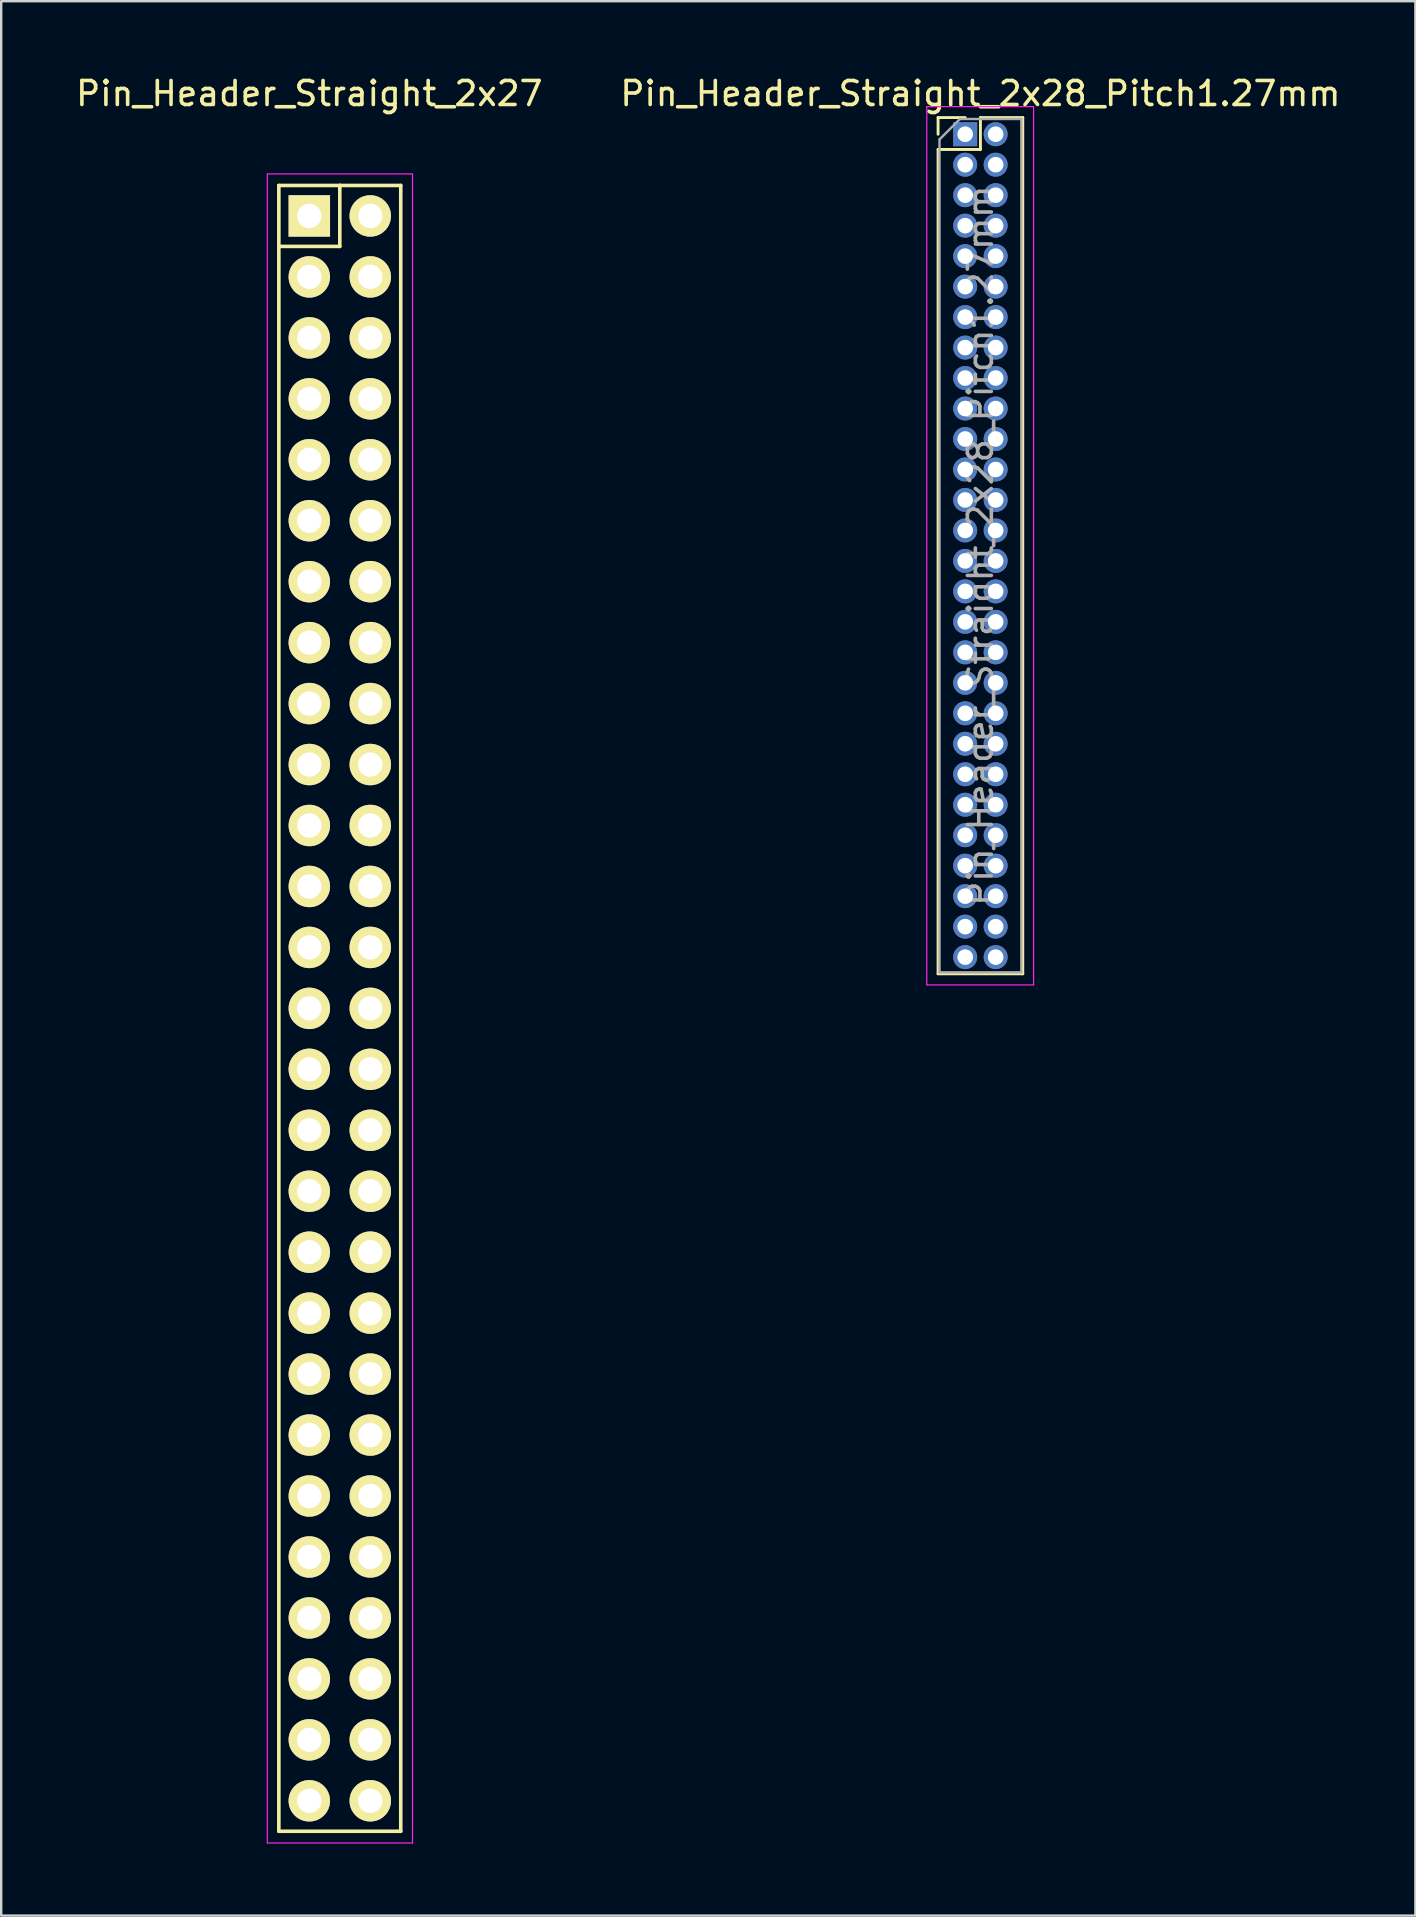
<source format=kicad_pcb>
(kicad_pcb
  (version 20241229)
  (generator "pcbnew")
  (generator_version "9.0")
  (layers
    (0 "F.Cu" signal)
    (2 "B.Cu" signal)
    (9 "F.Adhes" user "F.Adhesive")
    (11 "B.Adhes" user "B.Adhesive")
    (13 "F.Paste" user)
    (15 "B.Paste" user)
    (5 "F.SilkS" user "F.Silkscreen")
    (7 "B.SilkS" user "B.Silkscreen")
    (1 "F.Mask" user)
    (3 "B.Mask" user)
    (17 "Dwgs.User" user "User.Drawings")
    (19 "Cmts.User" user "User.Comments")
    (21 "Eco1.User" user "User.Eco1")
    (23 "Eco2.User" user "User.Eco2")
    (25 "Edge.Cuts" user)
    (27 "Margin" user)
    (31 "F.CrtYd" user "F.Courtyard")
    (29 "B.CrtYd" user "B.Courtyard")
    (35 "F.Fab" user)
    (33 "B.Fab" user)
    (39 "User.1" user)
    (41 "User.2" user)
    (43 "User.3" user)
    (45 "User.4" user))
  (footprint "Pin_Header_Straight_2x27"
    (layer "F.Cu")
    (at 9.839 5.948)
    (property "Reference" "Pin_Header_Straight_2x27" (at 0 -5.1 0) (layer "F.SilkS") (effects (font (size 1 1) (thickness 0.15))))
    (attr through_hole)
    (fp_line (start -1.27 -1.27) (end -1.27 1.27) (stroke (width 0.15) (type solid)) (layer "F.SilkS"))
    (fp_line (start -1.27 -1.27) (end 1.27 -1.27) (stroke (width 0.15) (type solid)) (layer "F.SilkS"))
    (fp_line (start -1.27 1.27) (end -1.27 67.31) (stroke (width 0.15) (type solid)) (layer "F.SilkS"))
    (fp_line (start 1.27 -1.27) (end 1.27 1.27) (stroke (width 0.15) (type solid)) (layer "F.SilkS"))
    (fp_line (start 1.27 1.27) (end -1.27 1.27) (stroke (width 0.15) (type solid)) (layer "F.SilkS"))
    (fp_line (start 3.81 -1.27) (end 1.27 -1.27) (stroke (width 0.15) (type solid)) (layer "F.SilkS"))
    (fp_line (start 3.81 67.31) (end -1.27 67.31) (stroke (width 0.15) (type solid)) (layer "F.SilkS"))
    (fp_line (start 3.81 67.31) (end 3.81 -1.27) (stroke (width 0.15) (type solid)) (layer "F.SilkS"))
    (fp_line (start -1.75 -1.75) (end -1.75 67.8) (stroke (width 0.05) (type solid)) (layer "F.CrtYd"))
    (fp_line (start -1.75 -1.75) (end 4.3 -1.75) (stroke (width 0.05) (type solid)) (layer "F.CrtYd"))
    (fp_line (start -1.75 67.8) (end 4.3 67.8) (stroke (width 0.05) (type solid)) (layer "F.CrtYd"))
    (fp_line (start 4.3 -1.75) (end 4.3 67.8) (stroke (width 0.05) (type solid)) (layer "F.CrtYd"))
    (pad "1" thru_hole rect (at 0 0) (size 1.727 1.727) (drill 1.016) (layers "*.Cu" "*.Mask" "F.SilkS"))
    (pad "2" thru_hole oval (at 2.54 0) (size 1.727 1.727) (drill 1.016) (layers "*.Cu" "*.Mask" "F.SilkS"))
    (pad "3" thru_hole oval (at 0 2.54) (size 1.727 1.727) (drill 1.016) (layers "*.Cu" "*.Mask" "F.SilkS"))
    (pad "4" thru_hole oval (at 2.54 2.54) (size 1.727 1.727) (drill 1.016) (layers "*.Cu" "*.Mask" "F.SilkS"))
    (pad "5" thru_hole oval (at 0 5.08) (size 1.727 1.727) (drill 1.016) (layers "*.Cu" "*.Mask" "F.SilkS"))
    (pad "6" thru_hole oval (at 2.54 5.08) (size 1.727 1.727) (drill 1.016) (layers "*.Cu" "*.Mask" "F.SilkS"))
    (pad "7" thru_hole oval (at 0 7.62) (size 1.727 1.727) (drill 1.016) (layers "*.Cu" "*.Mask" "F.SilkS"))
    (pad "8" thru_hole oval (at 2.54 7.62) (size 1.727 1.727) (drill 1.016) (layers "*.Cu" "*.Mask" "F.SilkS"))
    (pad "9" thru_hole oval (at 0 10.16) (size 1.727 1.727) (drill 1.016) (layers "*.Cu" "*.Mask" "F.SilkS"))
    (pad "10" thru_hole oval (at 2.54 10.16) (size 1.727 1.727) (drill 1.016) (layers "*.Cu" "*.Mask" "F.SilkS"))
    (pad "11" thru_hole oval (at 0 12.7) (size 1.727 1.727) (drill 1.016) (layers "*.Cu" "*.Mask" "F.SilkS"))
    (pad "12" thru_hole oval (at 2.54 12.7) (size 1.727 1.727) (drill 1.016) (layers "*.Cu" "*.Mask" "F.SilkS"))
    (pad "13" thru_hole oval (at 0 15.24) (size 1.727 1.727) (drill 1.016) (layers "*.Cu" "*.Mask" "F.SilkS"))
    (pad "14" thru_hole oval (at 2.54 15.24) (size 1.727 1.727) (drill 1.016) (layers "*.Cu" "*.Mask" "F.SilkS"))
    (pad "15" thru_hole oval (at 0 17.78) (size 1.727 1.727) (drill 1.016) (layers "*.Cu" "*.Mask" "F.SilkS"))
    (pad "16" thru_hole oval (at 2.54 17.78) (size 1.727 1.727) (drill 1.016) (layers "*.Cu" "*.Mask" "F.SilkS"))
    (pad "17" thru_hole oval (at 0 20.32) (size 1.727 1.727) (drill 1.016) (layers "*.Cu" "*.Mask" "F.SilkS"))
    (pad "18" thru_hole oval (at 2.54 20.32) (size 1.727 1.727) (drill 1.016) (layers "*.Cu" "*.Mask" "F.SilkS"))
    (pad "19" thru_hole oval (at 0 22.86) (size 1.727 1.727) (drill 1.016) (layers "*.Cu" "*.Mask" "F.SilkS"))
    (pad "20" thru_hole oval (at 2.54 22.86) (size 1.727 1.727) (drill 1.016) (layers "*.Cu" "*.Mask" "F.SilkS"))
    (pad "21" thru_hole oval (at 0 25.4) (size 1.727 1.727) (drill 1.016) (layers "*.Cu" "*.Mask" "F.SilkS"))
    (pad "22" thru_hole oval (at 2.54 25.4) (size 1.727 1.727) (drill 1.016) (layers "*.Cu" "*.Mask" "F.SilkS"))
    (pad "23" thru_hole oval (at 0 27.94) (size 1.727 1.727) (drill 1.016) (layers "*.Cu" "*.Mask" "F.SilkS"))
    (pad "24" thru_hole oval (at 2.54 27.94) (size 1.727 1.727) (drill 1.016) (layers "*.Cu" "*.Mask" "F.SilkS"))
    (pad "25" thru_hole oval (at 0 30.48) (size 1.727 1.727) (drill 1.016) (layers "*.Cu" "*.Mask" "F.SilkS"))
    (pad "26" thru_hole oval (at 2.54 30.48) (size 1.727 1.727) (drill 1.016) (layers "*.Cu" "*.Mask" "F.SilkS"))
    (pad "27" thru_hole oval (at 0 33.02) (size 1.727 1.727) (drill 1.016) (layers "*.Cu" "*.Mask" "F.SilkS"))
    (pad "28" thru_hole oval (at 2.54 33.02) (size 1.727 1.727) (drill 1.016) (layers "*.Cu" "*.Mask" "F.SilkS"))
    (pad "29" thru_hole oval (at 0 35.56) (size 1.727 1.727) (drill 1.016) (layers "*.Cu" "*.Mask" "F.SilkS"))
    (pad "30" thru_hole oval (at 2.54 35.56) (size 1.727 1.727) (drill 1.016) (layers "*.Cu" "*.Mask" "F.SilkS"))
    (pad "31" thru_hole oval (at 0 38.1) (size 1.727 1.727) (drill 1.016) (layers "*.Cu" "*.Mask" "F.SilkS"))
    (pad "32" thru_hole oval (at 2.54 38.1) (size 1.727 1.727) (drill 1.016) (layers "*.Cu" "*.Mask" "F.SilkS"))
    (pad "33" thru_hole oval (at 0 40.64) (size 1.727 1.727) (drill 1.016) (layers "*.Cu" "*.Mask" "F.SilkS"))
    (pad "34" thru_hole oval (at 2.54 40.64) (size 1.727 1.727) (drill 1.016) (layers "*.Cu" "*.Mask" "F.SilkS"))
    (pad "35" thru_hole oval (at 0 43.18) (size 1.727 1.727) (drill 1.016) (layers "*.Cu" "*.Mask" "F.SilkS"))
    (pad "36" thru_hole oval (at 2.54 43.18) (size 1.727 1.727) (drill 1.016) (layers "*.Cu" "*.Mask" "F.SilkS"))
    (pad "37" thru_hole oval (at 0 45.72) (size 1.727 1.727) (drill 1.016) (layers "*.Cu" "*.Mask" "F.SilkS"))
    (pad "38" thru_hole oval (at 2.54 45.72) (size 1.727 1.727) (drill 1.016) (layers "*.Cu" "*.Mask" "F.SilkS"))
    (pad "39" thru_hole oval (at 0 48.26) (size 1.727 1.727) (drill 1.016) (layers "*.Cu" "*.Mask" "F.SilkS"))
    (pad "40" thru_hole oval (at 2.54 48.26) (size 1.727 1.727) (drill 1.016) (layers "*.Cu" "*.Mask" "F.SilkS"))
    (pad "41" thru_hole oval (at 0 50.8) (size 1.727 1.727) (drill 1.016) (layers "*.Cu" "*.Mask" "F.SilkS"))
    (pad "42" thru_hole oval (at 2.54 50.8) (size 1.727 1.727) (drill 1.016) (layers "*.Cu" "*.Mask" "F.SilkS"))
    (pad "43" thru_hole oval (at 0 53.34) (size 1.727 1.727) (drill 1.016) (layers "*.Cu" "*.Mask" "F.SilkS"))
    (pad "44" thru_hole oval (at 2.54 53.34) (size 1.727 1.727) (drill 1.016) (layers "*.Cu" "*.Mask" "F.SilkS"))
    (pad "45" thru_hole oval (at 0 55.88) (size 1.727 1.727) (drill 1.016) (layers "*.Cu" "*.Mask" "F.SilkS"))
    (pad "46" thru_hole oval (at 2.54 55.88) (size 1.727 1.727) (drill 1.016) (layers "*.Cu" "*.Mask" "F.SilkS"))
    (pad "47" thru_hole oval (at 0 58.42) (size 1.727 1.727) (drill 1.016) (layers "*.Cu" "*.Mask" "F.SilkS"))
    (pad "48" thru_hole oval (at 2.54 58.42) (size 1.727 1.727) (drill 1.016) (layers "*.Cu" "*.Mask" "F.SilkS"))
    (pad "49" thru_hole oval (at 0 60.96) (size 1.727 1.727) (drill 1.016) (layers "*.Cu" "*.Mask" "F.SilkS"))
    (pad "50" thru_hole oval (at 2.54 60.96) (size 1.727 1.727) (drill 1.016) (layers "*.Cu" "*.Mask" "F.SilkS"))
    (pad "51" thru_hole oval (at 0 63.5) (size 1.727 1.727) (drill 1.016) (layers "*.Cu" "*.Mask" "F.SilkS"))
    (pad "52" thru_hole oval (at 2.54 63.5) (size 1.727 1.727) (drill 1.016) (layers "*.Cu" "*.Mask" "F.SilkS"))
    (pad "53" thru_hole oval (at 0 66.04) (size 1.727 1.727) (drill 1.016) (layers "*.Cu" "*.Mask" "F.SilkS"))
    (pad "54" thru_hole oval (at 2.54 66.04) (size 1.727 1.727) (drill 1.016) (layers "*.Cu" "*.Mask" "F.SilkS")))
  (footprint "Pin_Header_Straight_2x28_Pitch1.27mm"
    (layer "F.Cu")
    (at 37.169 2.543)
    (property "Reference" "Pin_Header_Straight_2x28_Pitch1.27mm" (at 0.635 -1.695 0) (layer "F.SilkS") (effects (font (size 1 1) (thickness 0.15))))
    (attr through_hole)
    (fp_line (start -1.13 -0.695) (end 0 -0.695) (stroke (width 0.12) (type solid)) (layer "F.SilkS"))
    (fp_line (start -1.13 0) (end -1.13 -0.695) (stroke (width 0.12) (type solid)) (layer "F.SilkS"))
    (fp_line (start -1.13 0.635) (end -1.13 34.985) (stroke (width 0.12) (type solid)) (layer "F.SilkS"))
    (fp_line (start -1.13 34.985) (end 2.4 34.985) (stroke (width 0.12) (type solid)) (layer "F.SilkS"))
    (fp_line (start 0.635 -0.695) (end 0.635 0.635) (stroke (width 0.12) (type solid)) (layer "F.SilkS"))
    (fp_line (start 0.635 0.635) (end -1.13 0.635) (stroke (width 0.12) (type solid)) (layer "F.SilkS"))
    (fp_line (start 2.4 -0.695) (end 0.635 -0.695) (stroke (width 0.12) (type solid)) (layer "F.SilkS"))
    (fp_line (start 2.4 34.985) (end 2.4 -0.695) (stroke (width 0.12) (type solid)) (layer "F.SilkS"))
    (fp_line (start -1.6 -1.15) (end -1.6 35.45) (stroke (width 0.05) (type solid)) (layer "F.CrtYd"))
    (fp_line (start -1.6 35.45) (end 2.85 35.45) (stroke (width 0.05) (type solid)) (layer "F.CrtYd"))
    (fp_line (start 2.85 -1.15) (end -1.6 -1.15) (stroke (width 0.05) (type solid)) (layer "F.CrtYd"))
    (fp_line (start 2.85 35.45) (end 2.85 -1.15) (stroke (width 0.05) (type solid)) (layer "F.CrtYd"))
    (fp_line (start -1.07 0.217) (end -0.217 -0.635) (stroke (width 0.1) (type solid)) (layer "F.Fab"))
    (fp_line (start -1.07 34.925) (end -1.07 0.217) (stroke (width 0.1) (type solid)) (layer "F.Fab"))
    (fp_line (start -0.217 -0.635) (end 2.34 -0.635) (stroke (width 0.1) (type solid)) (layer "F.Fab"))
    (fp_line (start 2.34 -0.635) (end 2.34 34.925) (stroke (width 0.1) (type solid)) (layer "F.Fab"))
    (fp_line (start 2.34 34.925) (end -1.07 34.925) (stroke (width 0.1) (type solid)) (layer "F.Fab"))
    (fp_text user "${REFERENCE}" (at 0.635 17.145 90) (layer "F.Fab") (effects (font (size 1 1) (thickness 0.15))))
    (pad "1" thru_hole rect (at 0 0) (size 1 1) (drill 0.65) (layers "*.Cu" "*.Mask"))
    (pad "2" thru_hole oval (at 1.27 0) (size 1 1) (drill 0.65) (layers "*.Cu" "*.Mask"))
    (pad "3" thru_hole oval (at 0 1.27) (size 1 1) (drill 0.65) (layers "*.Cu" "*.Mask"))
    (pad "4" thru_hole oval (at 1.27 1.27) (size 1 1) (drill 0.65) (layers "*.Cu" "*.Mask"))
    (pad "5" thru_hole oval (at 0 2.54) (size 1 1) (drill 0.65) (layers "*.Cu" "*.Mask"))
    (pad "6" thru_hole oval (at 1.27 2.54) (size 1 1) (drill 0.65) (layers "*.Cu" "*.Mask"))
    (pad "7" thru_hole oval (at 0 3.81) (size 1 1) (drill 0.65) (layers "*.Cu" "*.Mask"))
    (pad "8" thru_hole oval (at 1.27 3.81) (size 1 1) (drill 0.65) (layers "*.Cu" "*.Mask"))
    (pad "9" thru_hole oval (at 0 5.08) (size 1 1) (drill 0.65) (layers "*.Cu" "*.Mask"))
    (pad "10" thru_hole oval (at 1.27 5.08) (size 1 1) (drill 0.65) (layers "*.Cu" "*.Mask"))
    (pad "11" thru_hole oval (at 0 6.35) (size 1 1) (drill 0.65) (layers "*.Cu" "*.Mask"))
    (pad "12" thru_hole oval (at 1.27 6.35) (size 1 1) (drill 0.65) (layers "*.Cu" "*.Mask"))
    (pad "13" thru_hole oval (at 0 7.62) (size 1 1) (drill 0.65) (layers "*.Cu" "*.Mask"))
    (pad "14" thru_hole oval (at 1.27 7.62) (size 1 1) (drill 0.65) (layers "*.Cu" "*.Mask"))
    (pad "15" thru_hole oval (at 0 8.89) (size 1 1) (drill 0.65) (layers "*.Cu" "*.Mask"))
    (pad "16" thru_hole oval (at 1.27 8.89) (size 1 1) (drill 0.65) (layers "*.Cu" "*.Mask"))
    (pad "17" thru_hole oval (at 0 10.16) (size 1 1) (drill 0.65) (layers "*.Cu" "*.Mask"))
    (pad "18" thru_hole oval (at 1.27 10.16) (size 1 1) (drill 0.65) (layers "*.Cu" "*.Mask"))
    (pad "19" thru_hole oval (at 0 11.43) (size 1 1) (drill 0.65) (layers "*.Cu" "*.Mask"))
    (pad "20" thru_hole oval (at 1.27 11.43) (size 1 1) (drill 0.65) (layers "*.Cu" "*.Mask"))
    (pad "21" thru_hole oval (at 0 12.7) (size 1 1) (drill 0.65) (layers "*.Cu" "*.Mask"))
    (pad "22" thru_hole oval (at 1.27 12.7) (size 1 1) (drill 0.65) (layers "*.Cu" "*.Mask"))
    (pad "23" thru_hole oval (at 0 13.97) (size 1 1) (drill 0.65) (layers "*.Cu" "*.Mask"))
    (pad "24" thru_hole oval (at 1.27 13.97) (size 1 1) (drill 0.65) (layers "*.Cu" "*.Mask"))
    (pad "25" thru_hole oval (at 0 15.24) (size 1 1) (drill 0.65) (layers "*.Cu" "*.Mask"))
    (pad "26" thru_hole oval (at 1.27 15.24) (size 1 1) (drill 0.65) (layers "*.Cu" "*.Mask"))
    (pad "27" thru_hole oval (at 0 16.51) (size 1 1) (drill 0.65) (layers "*.Cu" "*.Mask"))
    (pad "28" thru_hole oval (at 1.27 16.51) (size 1 1) (drill 0.65) (layers "*.Cu" "*.Mask"))
    (pad "29" thru_hole oval (at 0 17.78) (size 1 1) (drill 0.65) (layers "*.Cu" "*.Mask"))
    (pad "30" thru_hole oval (at 1.27 17.78) (size 1 1) (drill 0.65) (layers "*.Cu" "*.Mask"))
    (pad "31" thru_hole oval (at 0 19.05) (size 1 1) (drill 0.65) (layers "*.Cu" "*.Mask"))
    (pad "32" thru_hole oval (at 1.27 19.05) (size 1 1) (drill 0.65) (layers "*.Cu" "*.Mask"))
    (pad "33" thru_hole oval (at 0 20.32) (size 1 1) (drill 0.65) (layers "*.Cu" "*.Mask"))
    (pad "34" thru_hole oval (at 1.27 20.32) (size 1 1) (drill 0.65) (layers "*.Cu" "*.Mask"))
    (pad "35" thru_hole oval (at 0 21.59) (size 1 1) (drill 0.65) (layers "*.Cu" "*.Mask"))
    (pad "36" thru_hole oval (at 1.27 21.59) (size 1 1) (drill 0.65) (layers "*.Cu" "*.Mask"))
    (pad "37" thru_hole oval (at 0 22.86) (size 1 1) (drill 0.65) (layers "*.Cu" "*.Mask"))
    (pad "38" thru_hole oval (at 1.27 22.86) (size 1 1) (drill 0.65) (layers "*.Cu" "*.Mask"))
    (pad "39" thru_hole oval (at 0 24.13) (size 1 1) (drill 0.65) (layers "*.Cu" "*.Mask"))
    (pad "40" thru_hole oval (at 1.27 24.13) (size 1 1) (drill 0.65) (layers "*.Cu" "*.Mask"))
    (pad "41" thru_hole oval (at 0 25.4) (size 1 1) (drill 0.65) (layers "*.Cu" "*.Mask"))
    (pad "42" thru_hole oval (at 1.27 25.4) (size 1 1) (drill 0.65) (layers "*.Cu" "*.Mask"))
    (pad "43" thru_hole oval (at 0 26.67) (size 1 1) (drill 0.65) (layers "*.Cu" "*.Mask"))
    (pad "44" thru_hole oval (at 1.27 26.67) (size 1 1) (drill 0.65) (layers "*.Cu" "*.Mask"))
    (pad "45" thru_hole oval (at 0 27.94) (size 1 1) (drill 0.65) (layers "*.Cu" "*.Mask"))
    (pad "46" thru_hole oval (at 1.27 27.94) (size 1 1) (drill 0.65) (layers "*.Cu" "*.Mask"))
    (pad "47" thru_hole oval (at 0 29.21) (size 1 1) (drill 0.65) (layers "*.Cu" "*.Mask"))
    (pad "48" thru_hole oval (at 1.27 29.21) (size 1 1) (drill 0.65) (layers "*.Cu" "*.Mask"))
    (pad "49" thru_hole oval (at 0 30.48) (size 1 1) (drill 0.65) (layers "*.Cu" "*.Mask"))
    (pad "50" thru_hole oval (at 1.27 30.48) (size 1 1) (drill 0.65) (layers "*.Cu" "*.Mask"))
    (pad "51" thru_hole oval (at 0 31.75) (size 1 1) (drill 0.65) (layers "*.Cu" "*.Mask"))
    (pad "52" thru_hole oval (at 1.27 31.75) (size 1 1) (drill 0.65) (layers "*.Cu" "*.Mask"))
    (pad "53" thru_hole oval (at 0 33.02) (size 1 1) (drill 0.65) (layers "*.Cu" "*.Mask"))
    (pad "54" thru_hole oval (at 1.27 33.02) (size 1 1) (drill 0.65) (layers "*.Cu" "*.Mask"))
    (pad "55" thru_hole oval (at 0 34.29) (size 1 1) (drill 0.65) (layers "*.Cu" "*.Mask"))
    (pad "56" thru_hole oval (at 1.27 34.29) (size 1 1) (drill 0.65) (layers "*.Cu" "*.Mask")))
  (gr_rect
    (start -3 -3)
    (end 55.929 76.773)
    (stroke (width 0.1) (type default))
    (fill no)
    (layer "Edge.Cuts")))
</source>
